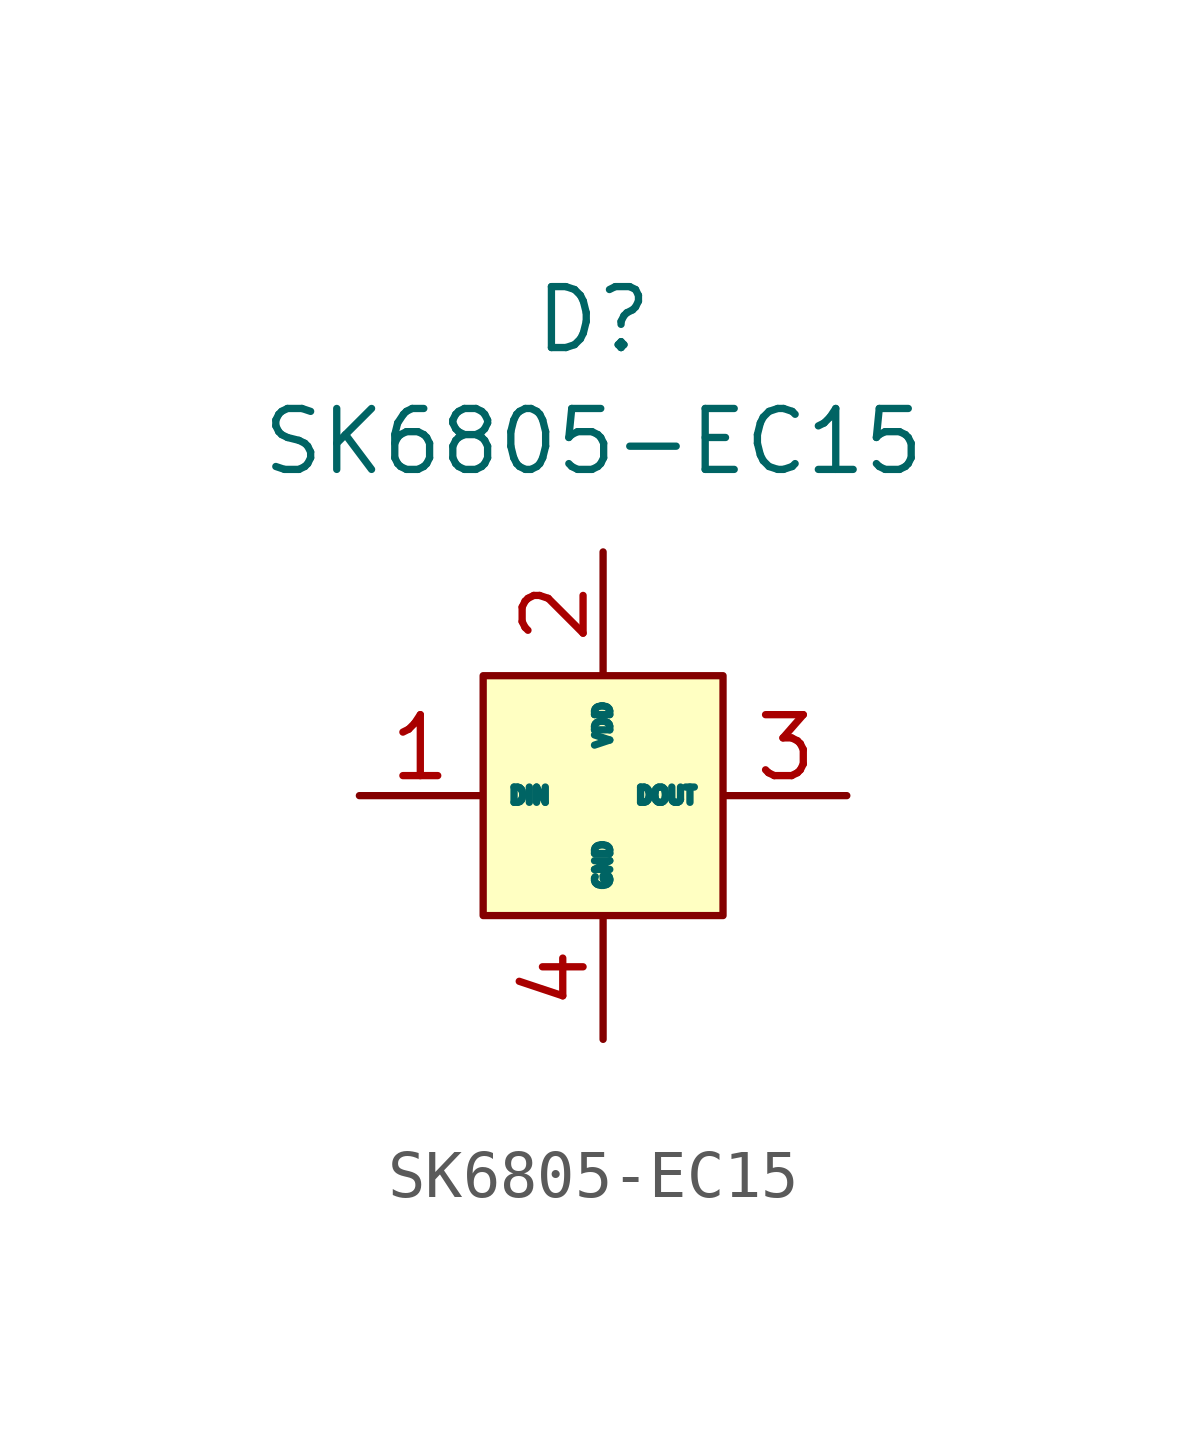
<source format=kicad_sym>
(kicad_symbol_lib
  (version 20211014)
  (generator kicad_symbol_editor)
  (symbol "SK6805-EC15"
    (property "Reference" "D"
      (at -0.2 9.92 0)
      (effects (font (size 1.27 1.27))))
    (property "Value" "SK6805-EC15"
      (at -0.2 7.38 0)
      (effects (font (size 1.27 1.27))))
    (symbol "SK6805-EC15_0_1"
      (rectangle (start -2.5 2.5) (end 2.5 -2.5) (stroke (width 0) (type default) (color 0 0 0 0)) (fill (type background))))
    (symbol "SK6805-EC15_1_1"
      (pin input line (at -5.08 0 0) (length 2.54) (name "DIN" (effects (font (size 0.318 0.318)))) (number "1" (effects (font (size 1.27 1.27)))))
      (pin power_in line (at 0 5.08 270) (length 2.54) (name "VDD" (effects (font (size 0.318 0.318)))) (number "2" (effects (font (size 1.27 1.27)))))
      (pin output line (at 5.08 0 180) (length 2.54) (name "DOUT" (effects (font (size 0.318 0.318)))) (number "3" (effects (font (size 1.27 1.27)))))
      (pin power_in line (at 0 -5.08 90) (length 2.54) (name "GND" (effects (font (size 0.318 0.318)))) (number "4" (effects (font (size 1.27 1.27))))))))
</source>
